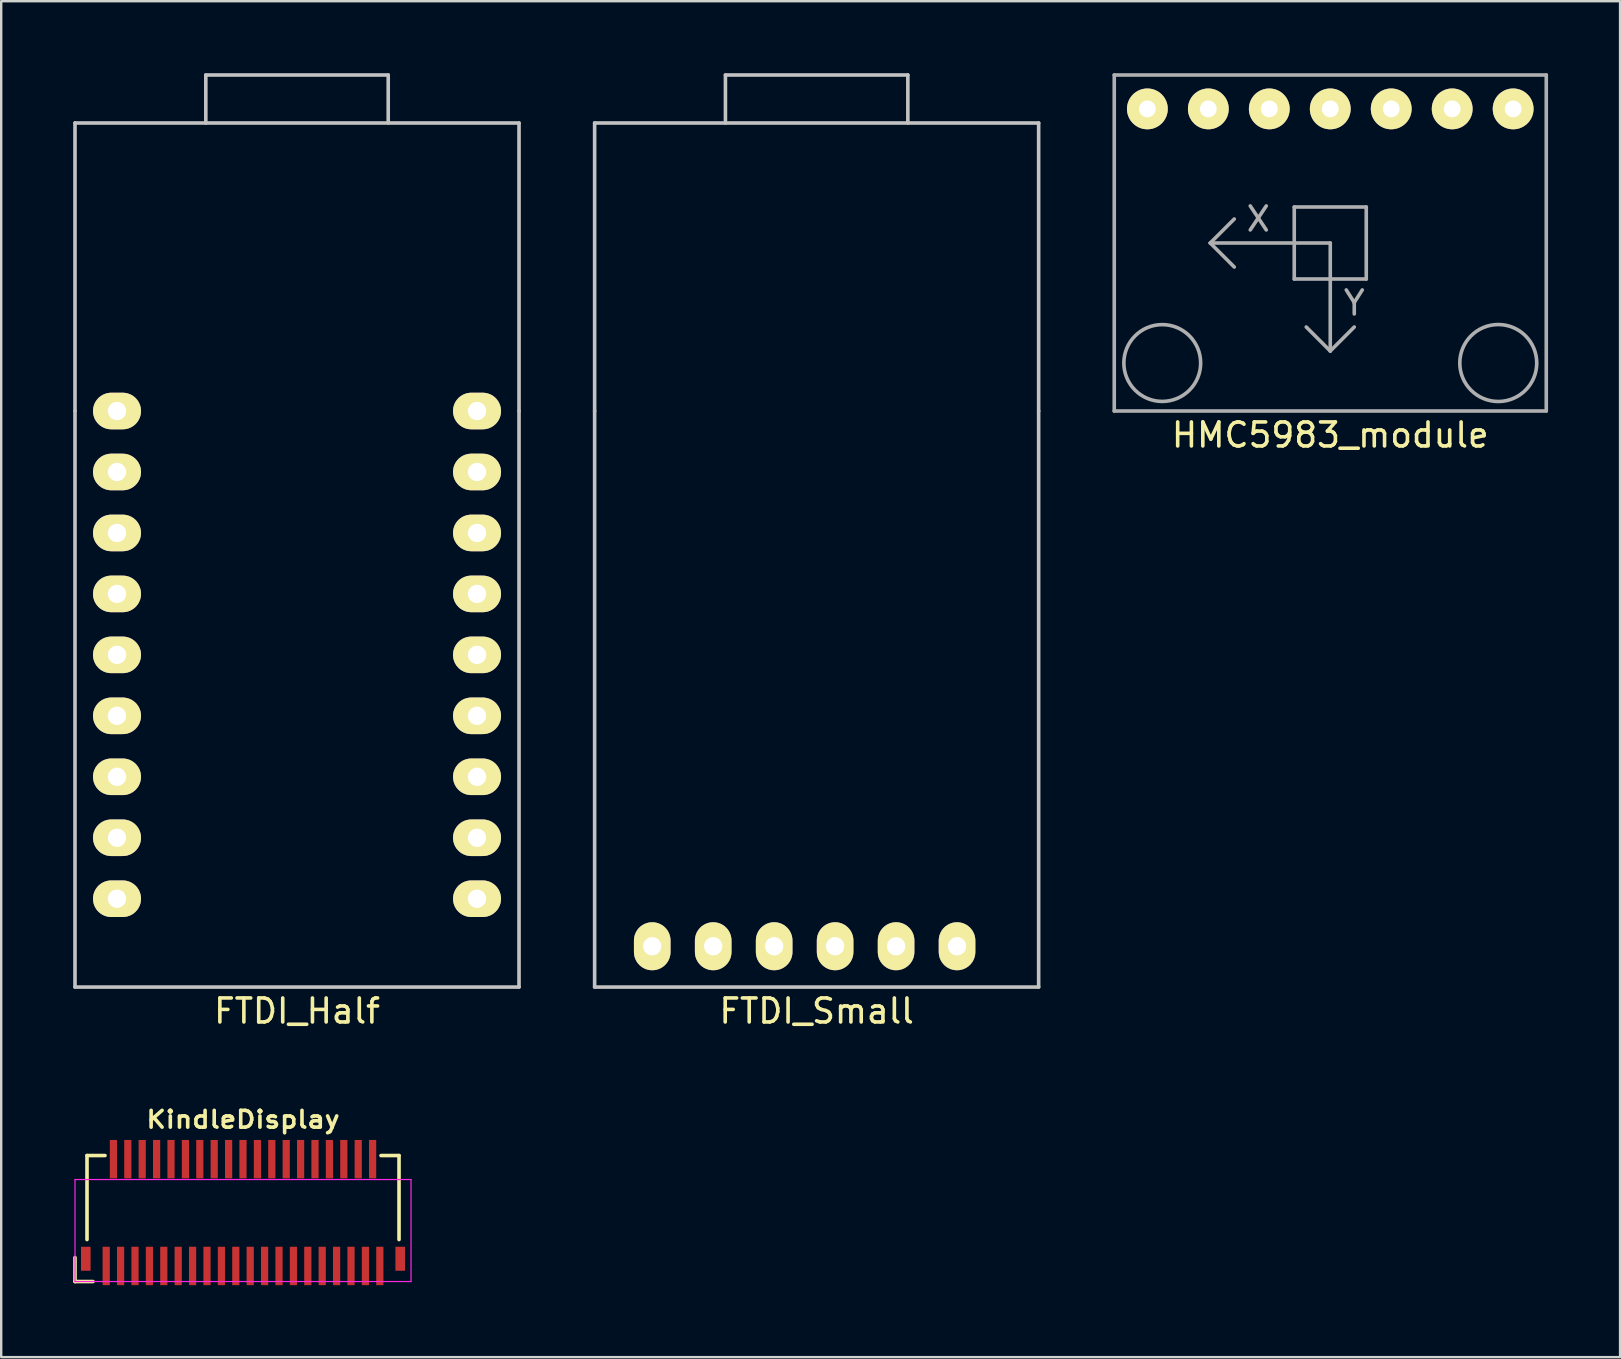
<source format=kicad_pcb>
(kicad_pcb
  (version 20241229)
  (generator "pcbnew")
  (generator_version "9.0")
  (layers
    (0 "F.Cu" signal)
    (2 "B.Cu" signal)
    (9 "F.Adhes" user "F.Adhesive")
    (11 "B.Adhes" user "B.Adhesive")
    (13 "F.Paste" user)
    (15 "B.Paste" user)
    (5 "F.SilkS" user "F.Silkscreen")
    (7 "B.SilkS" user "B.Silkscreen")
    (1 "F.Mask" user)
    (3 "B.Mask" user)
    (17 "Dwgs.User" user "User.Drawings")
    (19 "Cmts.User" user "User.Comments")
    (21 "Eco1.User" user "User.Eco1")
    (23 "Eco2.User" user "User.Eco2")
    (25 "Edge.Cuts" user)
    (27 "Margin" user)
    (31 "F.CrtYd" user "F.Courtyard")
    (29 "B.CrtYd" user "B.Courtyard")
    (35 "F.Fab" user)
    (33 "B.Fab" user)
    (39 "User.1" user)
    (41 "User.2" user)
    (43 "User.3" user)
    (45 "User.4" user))
  (footprint "KindleDisplay"
    (layer "F.Cu")
    (at 7.075 47.596)
    (property "Reference" "KindleDisplay" (at 0 -4 0) (layer "F.SilkS") (effects (font (size 0.7 0.8) (thickness 0.15))))
    (attr through_hole)
    (fp_line (start -7 1.75) (end -7 2.75) (stroke (width 0.15) (type solid)) (layer "F.SilkS"))
    (fp_line (start -7 2.75) (end -6.25 2.75) (stroke (width 0.15) (type solid)) (layer "F.SilkS"))
    (fp_line (start -6.5 -2.5) (end -6.5 1) (stroke (width 0.15) (type solid)) (layer "F.SilkS"))
    (fp_line (start -5.75 -2.5) (end -6.5 -2.5) (stroke (width 0.15) (type solid)) (layer "F.SilkS"))
    (fp_line (start 5.75 -2.5) (end 6.5 -2.5) (stroke (width 0.15) (type solid)) (layer "F.SilkS"))
    (fp_line (start 6.5 -2.5) (end 6.5 1) (stroke (width 0.15) (type solid)) (layer "F.SilkS"))
    (fp_line (start -7 -1.5) (end -7 2.75) (stroke (width 0.05) (type solid)) (layer "F.CrtYd"))
    (fp_line (start -7 2.75) (end 7 2.75) (stroke (width 0.05) (type solid)) (layer "F.CrtYd"))
    (fp_line (start 7 -1.5) (end -7 -1.5) (stroke (width 0.05) (type solid)) (layer "F.CrtYd"))
    (fp_line (start 7 2.75) (end 7 -1.5) (stroke (width 0.05) (type solid)) (layer "F.CrtYd"))
    (pad "" smd rect (at -6.55 1.8) (size 0.4 1) (layers "F.Cu" "F.Mask" "F.Paste"))
    (pad "" smd rect (at 6.55 1.8) (size 0.4 1) (layers "F.Cu" "F.Mask" "F.Paste"))
    (pad "1" smd rect (at -5.7 2.1) (size 0.3 1.6) (layers "F.Cu" "F.Mask" "F.Paste"))
    (pad "2" smd rect (at -5.4 -2.35) (size 0.3 1.6) (layers "F.Cu" "F.Mask" "F.Paste"))
    (pad "3" smd rect (at -5.1 2.1) (size 0.3 1.6) (layers "F.Cu" "F.Mask" "F.Paste"))
    (pad "4" smd rect (at -4.8 -2.35) (size 0.3 1.6) (layers "F.Cu" "F.Mask" "F.Paste"))
    (pad "5" smd rect (at -4.5 2.1) (size 0.3 1.6) (layers "F.Cu" "F.Mask" "F.Paste"))
    (pad "6" smd rect (at -4.2 -2.35) (size 0.3 1.6) (layers "F.Cu" "F.Mask" "F.Paste"))
    (pad "7" smd rect (at -3.9 2.1) (size 0.3 1.6) (layers "F.Cu" "F.Mask" "F.Paste"))
    (pad "8" smd rect (at -3.6 -2.35) (size 0.3 1.6) (layers "F.Cu" "F.Mask" "F.Paste"))
    (pad "9" smd rect (at -3.3 2.1) (size 0.3 1.6) (layers "F.Cu" "F.Mask" "F.Paste"))
    (pad "10" smd rect (at -3 -2.35) (size 0.3 1.6) (layers "F.Cu" "F.Mask" "F.Paste"))
    (pad "11" smd rect (at -2.7 2.1) (size 0.3 1.6) (layers "F.Cu" "F.Mask" "F.Paste"))
    (pad "12" smd rect (at -2.4 -2.35) (size 0.3 1.6) (layers "F.Cu" "F.Mask" "F.Paste"))
    (pad "13" smd rect (at -2.1 2.1) (size 0.3 1.6) (layers "F.Cu" "F.Mask" "F.Paste"))
    (pad "14" smd rect (at -1.8 -2.35) (size 0.3 1.6) (layers "F.Cu" "F.Mask" "F.Paste"))
    (pad "15" smd rect (at -1.5 2.1) (size 0.3 1.6) (layers "F.Cu" "F.Mask" "F.Paste"))
    (pad "16" smd rect (at -1.2 -2.35) (size 0.3 1.6) (layers "F.Cu" "F.Mask" "F.Paste"))
    (pad "17" smd rect (at -0.9 2.1) (size 0.3 1.6) (layers "F.Cu" "F.Mask" "F.Paste"))
    (pad "18" smd rect (at -0.6 -2.35) (size 0.3 1.6) (layers "F.Cu" "F.Mask" "F.Paste"))
    (pad "19" smd rect (at -0.3 2.1) (size 0.3 1.6) (layers "F.Cu" "F.Mask" "F.Paste"))
    (pad "20" smd rect (at 0 -2.35) (size 0.3 1.6) (layers "F.Cu" "F.Mask" "F.Paste"))
    (pad "21" smd rect (at 0.3 2.1) (size 0.3 1.6) (layers "F.Cu" "F.Mask" "F.Paste"))
    (pad "22" smd rect (at 0.6 -2.35) (size 0.3 1.6) (layers "F.Cu" "F.Mask" "F.Paste"))
    (pad "23" smd rect (at 0.9 2.1) (size 0.3 1.6) (layers "F.Cu" "F.Mask" "F.Paste"))
    (pad "24" smd rect (at 1.2 -2.35) (size 0.3 1.6) (layers "F.Cu" "F.Mask" "F.Paste"))
    (pad "25" smd rect (at 1.5 2.1) (size 0.3 1.6) (layers "F.Cu" "F.Mask" "F.Paste"))
    (pad "26" smd rect (at 1.8 -2.35) (size 0.3 1.6) (layers "F.Cu" "F.Mask" "F.Paste"))
    (pad "27" smd rect (at 2.1 2.1) (size 0.3 1.6) (layers "F.Cu" "F.Mask" "F.Paste"))
    (pad "28" smd rect (at 2.4 -2.35) (size 0.3 1.6) (layers "F.Cu" "F.Mask" "F.Paste"))
    (pad "29" smd rect (at 2.7 2.1) (size 0.3 1.6) (layers "F.Cu" "F.Mask" "F.Paste"))
    (pad "30" smd rect (at 3 -2.35) (size 0.3 1.6) (layers "F.Cu" "F.Mask" "F.Paste"))
    (pad "31" smd rect (at 3.3 2.1) (size 0.3 1.6) (layers "F.Cu" "F.Mask" "F.Paste"))
    (pad "32" smd rect (at 3.6 -2.35) (size 0.3 1.6) (layers "F.Cu" "F.Mask" "F.Paste"))
    (pad "33" smd rect (at 3.9 2.1) (size 0.3 1.6) (layers "F.Cu" "F.Mask" "F.Paste"))
    (pad "34" smd rect (at 4.2 -2.35) (size 0.3 1.6) (layers "F.Cu" "F.Mask" "F.Paste"))
    (pad "35" smd rect (at 4.5 2.1) (size 0.3 1.6) (layers "F.Cu" "F.Mask" "F.Paste"))
    (pad "36" smd rect (at 4.8 -2.35) (size 0.3 1.6) (layers "F.Cu" "F.Mask" "F.Paste"))
    (pad "37" smd rect (at 5.1 2.1) (size 0.3 1.6) (layers "F.Cu" "F.Mask" "F.Paste"))
    (pad "38" smd rect (at 5.4 -2.35) (size 0.3 1.6) (layers "F.Cu" "F.Mask" "F.Paste"))
    (pad "39" smd rect (at 5.7 2.1) (size 0.3 1.6) (layers "F.Cu" "F.Mask" "F.Paste")))
  (footprint "HMC5983_module"
    (layer "F.Cu")
    (at 52.375 7.075)
    (property "Reference" "HMC5983_module" (at 0 8 0) (layer "F.SilkS") (effects (font (size 1 1) (thickness 0.15))))
    (attr through_hole)
    (fp_line (start -9 -7) (end 9 -7) (stroke (width 0.15) (type solid)) (layer "F.Fab"))
    (fp_line (start -9 7) (end -9 -7) (stroke (width 0.15) (type solid)) (layer "F.Fab"))
    (fp_line (start -5 0) (end -4 -1) (stroke (width 0.15) (type solid)) (layer "F.Fab"))
    (fp_line (start -5 0) (end -4 1) (stroke (width 0.15) (type solid)) (layer "F.Fab"))
    (fp_line (start -1.5 -1.5) (end 1.5 -1.5) (stroke (width 0.15) (type solid)) (layer "F.Fab"))
    (fp_line (start -1.5 0) (end -1.5 -1.5) (stroke (width 0.15) (type solid)) (layer "F.Fab"))
    (fp_line (start -1.5 1.5) (end -1.5 0) (stroke (width 0.15) (type solid)) (layer "F.Fab"))
    (fp_line (start 0 0) (end -5 0) (stroke (width 0.15) (type solid)) (layer "F.Fab"))
    (fp_line (start 0 0) (end 0 4.5) (stroke (width 0.15) (type solid)) (layer "F.Fab"))
    (fp_line (start 0 4.5) (end -1 3.5) (stroke (width 0.15) (type solid)) (layer "F.Fab"))
    (fp_line (start 0 4.5) (end 1 3.5) (stroke (width 0.15) (type solid)) (layer "F.Fab"))
    (fp_line (start 1.5 -1.5) (end 1.5 1.5) (stroke (width 0.15) (type solid)) (layer "F.Fab"))
    (fp_line (start 1.5 1.5) (end -1.5 1.5) (stroke (width 0.15) (type solid)) (layer "F.Fab"))
    (fp_line (start 9 -7) (end 9 7) (stroke (width 0.15) (type solid)) (layer "F.Fab"))
    (fp_line (start 9 7) (end -9 7) (stroke (width 0.15) (type solid)) (layer "F.Fab"))
    (fp_circle (center -7 5) (end -7 3.4) (stroke (width 0.15) (type solid)) (fill no) (layer "F.Fab"))
    (fp_circle (center 7 5) (end 7.1 3.4) (stroke (width 0.15) (type solid)) (fill no) (layer "F.Fab"))
    (fp_text user "X" (at -3 -1 0) (layer "F.Fab") (effects (font (size 1 1) (thickness 0.15))))
    (fp_text user "Y" (at 1 2.5 0) (layer "F.Fab") (effects (font (size 1 1) (thickness 0.15))))
    (pad "1" thru_hole circle (at 7.62 -5.588) (size 1.7 1.7) (drill 0.7) (layers "*.Cu" "*.Mask" "F.SilkS"))
    (pad "2" thru_hole circle (at 5.08 -5.588) (size 1.7 1.7) (drill 0.7) (layers "*.Cu" "*.Mask" "F.SilkS"))
    (pad "3" thru_hole circle (at 2.54 -5.588) (size 1.7 1.7) (drill 0.7) (layers "*.Cu" "*.Mask" "F.SilkS"))
    (pad "4" thru_hole circle (at 0 -5.588) (size 1.7 1.7) (drill 0.7) (layers "*.Cu" "*.Mask" "F.SilkS"))
    (pad "5" thru_hole circle (at -2.54 -5.588) (size 1.7 1.7) (drill 0.7) (layers "*.Cu" "*.Mask" "F.SilkS"))
    (pad "6" thru_hole circle (at -5.08 -5.588) (size 1.7 1.7) (drill 0.7) (layers "*.Cu" "*.Mask" "F.SilkS"))
    (pad "7" thru_hole circle (at -7.62 -5.588) (size 1.7 1.7) (drill 0.7) (layers "*.Cu" "*.Mask" "F.SilkS")))
  (footprint "FTDI_Half"
    (layer "F.Cu")
    (at 9.325 14.075)
    (property "Reference" "FTDI_Half" (at 0 25 0) (layer "F.SilkS") (effects (font (size 1 1) (thickness 0.15))))
    (attr through_hole)
    (fp_line (start -9.25 -12) (end -9.25 0) (stroke (width 0.15) (type solid)) (layer "Dwgs.User"))
    (fp_line (start -9.25 0) (end -9.25 24) (stroke (width 0.15) (type solid)) (layer "Dwgs.User"))
    (fp_line (start -9.25 24) (end 9.25 24) (stroke (width 0.15) (type solid)) (layer "Dwgs.User"))
    (fp_line (start -3.8 -14) (end 3.8 -14) (stroke (width 0.15) (type solid)) (layer "Dwgs.User"))
    (fp_line (start -3.8 -12) (end -3.8 -14) (stroke (width 0.15) (type solid)) (layer "Dwgs.User"))
    (fp_line (start 3.8 -14) (end 3.8 -12) (stroke (width 0.15) (type solid)) (layer "Dwgs.User"))
    (fp_line (start 9.25 -12) (end -9.25 -12) (stroke (width 0.15) (type solid)) (layer "Dwgs.User"))
    (fp_line (start 9.25 0) (end 9.25 -12) (stroke (width 0.15) (type solid)) (layer "Dwgs.User"))
    (fp_line (start 9.25 24) (end 9.25 0) (stroke (width 0.15) (type solid)) (layer "Dwgs.User"))
    (pad "1" thru_hole oval (at -7.5 0) (size 2 1.524) (drill 0.762) (layers "*.Cu" "*.Mask" "F.SilkS"))
    (pad "2" thru_hole oval (at -7.5 2.54) (size 2 1.524) (drill 0.762) (layers "*.Cu" "*.Mask" "F.SilkS"))
    (pad "3" thru_hole oval (at -7.5 5.08) (size 2 1.524) (drill 0.762) (layers "*.Cu" "*.Mask" "F.SilkS"))
    (pad "4" thru_hole oval (at -7.5 7.62) (size 2 1.524) (drill 0.762) (layers "*.Cu" "*.Mask" "F.SilkS"))
    (pad "5" thru_hole oval (at -7.5 10.16) (size 2 1.524) (drill 0.762) (layers "*.Cu" "*.Mask" "F.SilkS"))
    (pad "6" thru_hole oval (at -7.5 12.7) (size 2 1.524) (drill 0.762) (layers "*.Cu" "*.Mask" "F.SilkS"))
    (pad "7" thru_hole oval (at -7.5 15.24) (size 2 1.524) (drill 0.762) (layers "*.Cu" "*.Mask" "F.SilkS"))
    (pad "8" thru_hole oval (at -7.5 17.78) (size 2 1.524) (drill 0.762) (layers "*.Cu" "*.Mask" "F.SilkS"))
    (pad "9" thru_hole oval (at -7.5 20.32) (size 2 1.524) (drill 0.762) (layers "*.Cu" "*.Mask" "F.SilkS"))
    (pad "16" thru_hole oval (at 7.5 20.32) (size 2 1.524) (drill 0.762) (layers "*.Cu" "*.Mask" "F.SilkS"))
    (pad "17" thru_hole oval (at 7.5 17.78) (size 2 1.524) (drill 0.762) (layers "*.Cu" "*.Mask" "F.SilkS"))
    (pad "18" thru_hole oval (at 7.5 15.24) (size 2 1.524) (drill 0.762) (layers "*.Cu" "*.Mask" "F.SilkS"))
    (pad "19" thru_hole oval (at 7.5 12.7) (size 2 1.524) (drill 0.762) (layers "*.Cu" "*.Mask" "F.SilkS"))
    (pad "20" thru_hole oval (at 7.5 10.16) (size 2 1.524) (drill 0.762) (layers "*.Cu" "*.Mask" "F.SilkS"))
    (pad "21" thru_hole oval (at 7.5 7.62) (size 2 1.524) (drill 0.762) (layers "*.Cu" "*.Mask" "F.SilkS"))
    (pad "22" thru_hole oval (at 7.5 5.08) (size 2 1.524) (drill 0.762) (layers "*.Cu" "*.Mask" "F.SilkS"))
    (pad "23" thru_hole oval (at 7.5 2.54) (size 2 1.524) (drill 0.762) (layers "*.Cu" "*.Mask" "F.SilkS"))
    (pad "24" thru_hole oval (at 7.5 0) (size 2 1.524) (drill 0.762) (layers "*.Cu" "*.Mask" "F.SilkS")))
  (footprint "FTDI_Small"
    (layer "F.Cu")
    (at 30.975 14.075)
    (property "Reference" "FTDI_Small" (at 0 25 0) (layer "F.SilkS") (effects (font (size 1 1) (thickness 0.15))))
    (attr through_hole)
    (fp_line (start -9.25 -12) (end -9.25 0) (stroke (width 0.15) (type solid)) (layer "Dwgs.User"))
    (fp_line (start -9.25 0) (end -9.25 24) (stroke (width 0.15) (type solid)) (layer "Dwgs.User"))
    (fp_line (start -9.25 24) (end 9.25 24) (stroke (width 0.15) (type solid)) (layer "Dwgs.User"))
    (fp_line (start -3.8 -14) (end 3.8 -14) (stroke (width 0.15) (type solid)) (layer "Dwgs.User"))
    (fp_line (start -3.8 -12) (end -3.8 -14) (stroke (width 0.15) (type solid)) (layer "Dwgs.User"))
    (fp_line (start 3.8 -14) (end 3.8 -12) (stroke (width 0.15) (type solid)) (layer "Dwgs.User"))
    (fp_line (start 9.25 -12) (end -9.25 -12) (stroke (width 0.15) (type solid)) (layer "Dwgs.User"))
    (fp_line (start 9.25 0) (end 9.25 -12) (stroke (width 0.15) (type solid)) (layer "Dwgs.User"))
    (fp_line (start 9.25 24) (end 9.25 0) (stroke (width 0.15) (type solid)) (layer "Dwgs.User"))
    (pad "10" thru_hole oval (at -6.85 22.3) (size 1.524 2) (drill 0.762) (layers "*.Cu" "*.Mask" "F.SilkS"))
    (pad "11" thru_hole oval (at -4.31 22.3) (size 1.524 2) (drill 0.762) (layers "*.Cu" "*.Mask" "F.SilkS"))
    (pad "12" thru_hole oval (at -1.77 22.3) (size 1.524 2) (drill 0.762) (layers "*.Cu" "*.Mask" "F.SilkS"))
    (pad "13" thru_hole oval (at 0.77 22.3) (size 1.524 2) (drill 0.762) (layers "*.Cu" "*.Mask" "F.SilkS"))
    (pad "14" thru_hole oval (at 3.31 22.3) (size 1.524 2) (drill 0.762) (layers "*.Cu" "*.Mask" "F.SilkS"))
    (pad "15" thru_hole oval (at 5.85 22.3) (size 1.524 2) (drill 0.762) (layers "*.Cu" "*.Mask" "F.SilkS")))
  (gr_rect
    (start -3 -3)
    (end 64.45 53.496)
    (stroke (width 0.1) (type default))
    (fill no)
    (layer "Edge.Cuts")))
</source>
